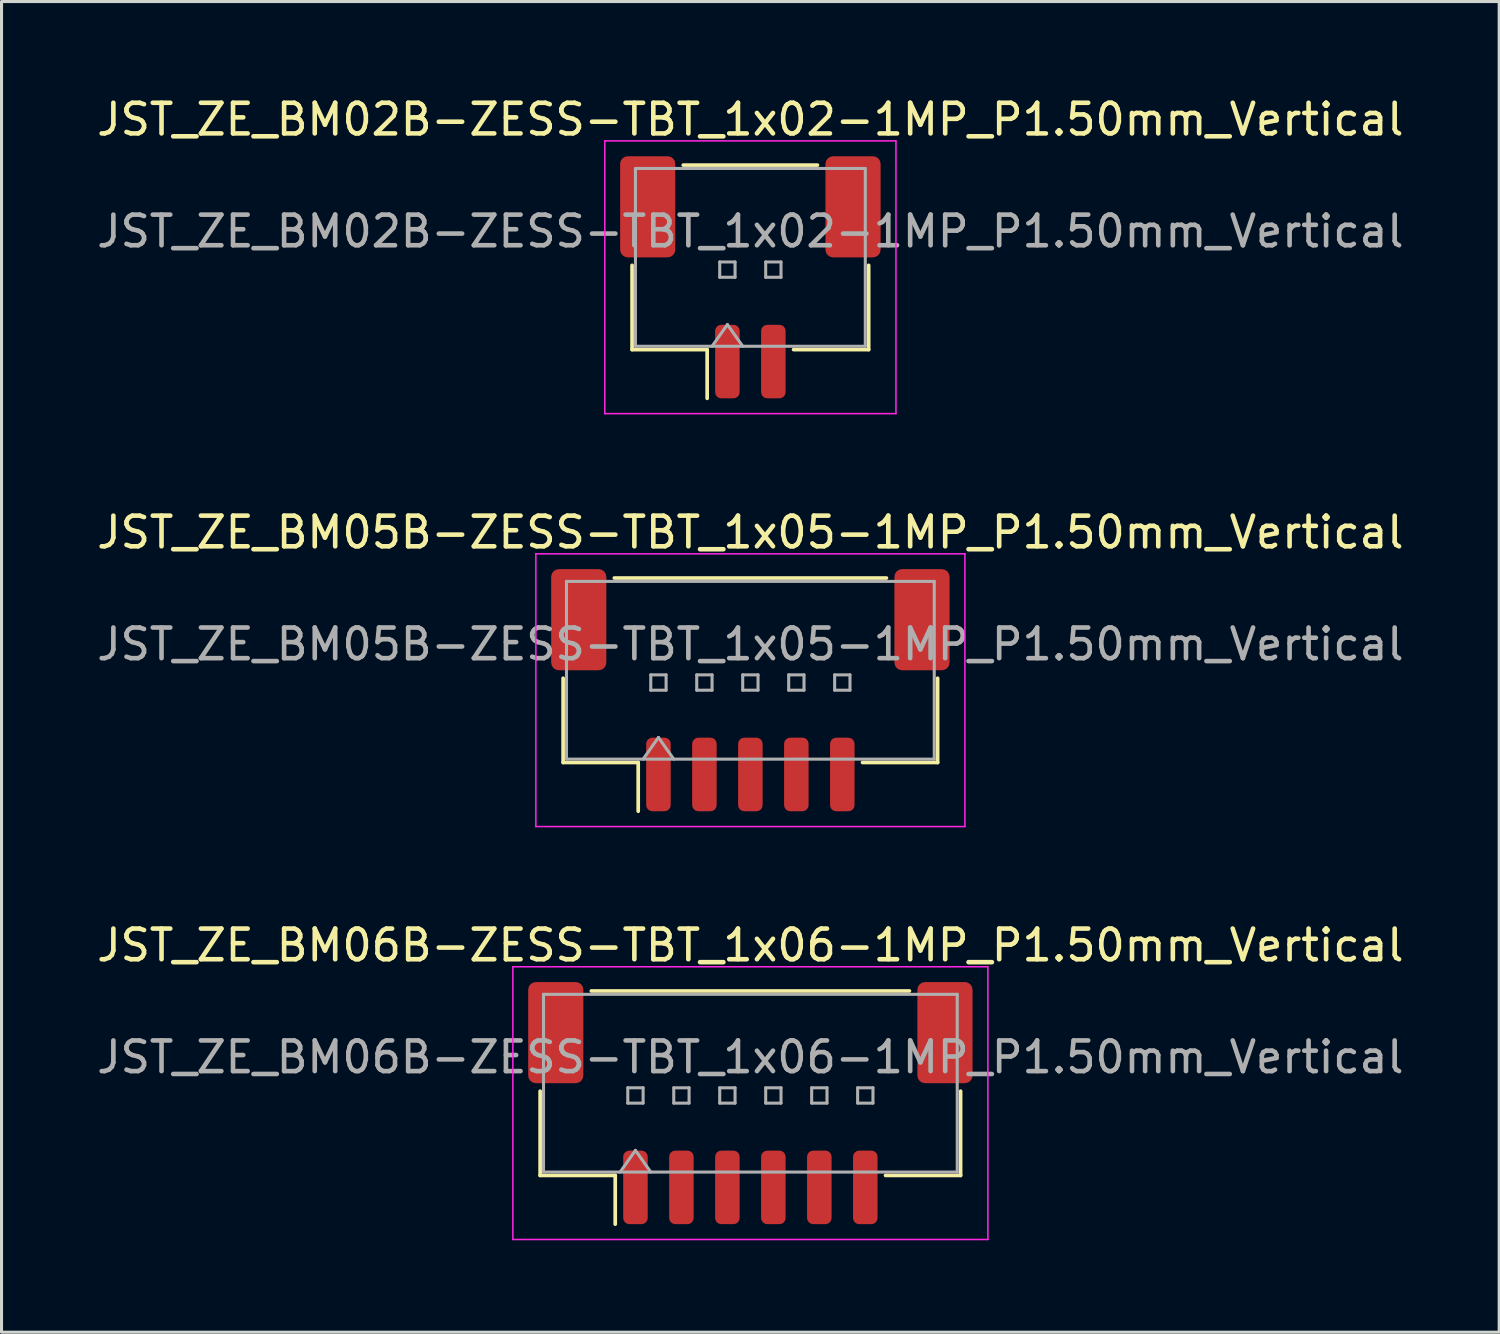
<source format=kicad_pcb>
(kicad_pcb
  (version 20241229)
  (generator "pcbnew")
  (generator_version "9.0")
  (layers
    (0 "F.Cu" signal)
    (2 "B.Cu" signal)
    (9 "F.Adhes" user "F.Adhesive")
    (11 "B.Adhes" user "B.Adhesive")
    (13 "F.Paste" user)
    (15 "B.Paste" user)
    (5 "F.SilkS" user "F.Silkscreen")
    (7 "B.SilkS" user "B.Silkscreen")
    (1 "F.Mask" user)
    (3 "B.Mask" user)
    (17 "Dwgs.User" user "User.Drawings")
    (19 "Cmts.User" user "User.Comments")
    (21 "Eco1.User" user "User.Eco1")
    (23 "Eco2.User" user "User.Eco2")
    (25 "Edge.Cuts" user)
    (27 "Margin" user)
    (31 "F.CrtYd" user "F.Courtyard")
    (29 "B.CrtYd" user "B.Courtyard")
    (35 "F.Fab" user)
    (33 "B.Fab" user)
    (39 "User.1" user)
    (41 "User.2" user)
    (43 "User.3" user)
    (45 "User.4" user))
  (footprint "JST_ZE_BM02B-ZESS-TBT_1x02-1MP_P1.50mm_Vertical"
    (layer "F.Cu")
    (at 21.435 5.998)
    (property "Reference" "JST_ZE_BM02B-ZESS-TBT_1x02-1MP_P1.50mm_Vertical" (at 0 -5.15 0) (layer "F.SilkS") (effects (font (size 1 1) (thickness 0.15))))
    (attr smd)
    (fp_line (start -3.86 -0.39) (end -3.86 2.36) (stroke (width 0.12) (type solid)) (layer "F.SilkS"))
    (fp_line (start -3.86 2.36) (end -1.41 2.36) (stroke (width 0.12) (type solid)) (layer "F.SilkS"))
    (fp_line (start -2.19 -3.66) (end 2.19 -3.66) (stroke (width 0.12) (type solid)) (layer "F.SilkS"))
    (fp_line (start -1.41 2.36) (end -1.41 3.95) (stroke (width 0.12) (type solid)) (layer "F.SilkS"))
    (fp_line (start 3.86 -0.39) (end 3.86 2.36) (stroke (width 0.12) (type solid)) (layer "F.SilkS"))
    (fp_line (start 3.86 2.36) (end 1.41 2.36) (stroke (width 0.12) (type solid)) (layer "F.SilkS"))
    (fp_line (start -4.75 -4.45) (end -4.75 4.45) (stroke (width 0.05) (type solid)) (layer "F.CrtYd"))
    (fp_line (start -4.75 4.45) (end 4.75 4.45) (stroke (width 0.05) (type solid)) (layer "F.CrtYd"))
    (fp_line (start 4.75 -4.45) (end -4.75 -4.45) (stroke (width 0.05) (type solid)) (layer "F.CrtYd"))
    (fp_line (start 4.75 4.45) (end 4.75 -4.45) (stroke (width 0.05) (type solid)) (layer "F.CrtYd"))
    (fp_line (start -3.75 -3.55) (end 3.75 -3.55) (stroke (width 0.1) (type solid)) (layer "F.Fab"))
    (fp_line (start -3.75 2.25) (end -3.75 -3.55) (stroke (width 0.1) (type solid)) (layer "F.Fab"))
    (fp_line (start -3.75 2.25) (end 3.75 2.25) (stroke (width 0.1) (type solid)) (layer "F.Fab"))
    (fp_line (start -1.25 2.25) (end -0.75 1.543) (stroke (width 0.1) (type solid)) (layer "F.Fab"))
    (fp_line (start -1 -0.5) (end -1 0) (stroke (width 0.1) (type solid)) (layer "F.Fab"))
    (fp_line (start -1 0) (end -0.5 0) (stroke (width 0.1) (type solid)) (layer "F.Fab"))
    (fp_line (start -0.75 1.543) (end -0.25 2.25) (stroke (width 0.1) (type solid)) (layer "F.Fab"))
    (fp_line (start -0.5 -0.5) (end -1 -0.5) (stroke (width 0.1) (type solid)) (layer "F.Fab"))
    (fp_line (start -0.5 0) (end -0.5 -0.5) (stroke (width 0.1) (type solid)) (layer "F.Fab"))
    (fp_line (start 0.5 -0.5) (end 0.5 0) (stroke (width 0.1) (type solid)) (layer "F.Fab"))
    (fp_line (start 0.5 0) (end 1 0) (stroke (width 0.1) (type solid)) (layer "F.Fab"))
    (fp_line (start 1 -0.5) (end 0.5 -0.5) (stroke (width 0.1) (type solid)) (layer "F.Fab"))
    (fp_line (start 1 0) (end 1 -0.5) (stroke (width 0.1) (type solid)) (layer "F.Fab"))
    (fp_line (start 3.75 2.25) (end 3.75 -3.55) (stroke (width 0.1) (type solid)) (layer "F.Fab"))
    (fp_text user "${REFERENCE}" (at 0 -1.5 0) (layer "F.Fab") (effects (font (size 1 1) (thickness 0.15))))
    (pad "1" smd roundrect (at -0.75 2.75) (size 0.8 2.4) (layers "F.Cu" "F.Mask" "F.Paste") (roundrect_rratio 0.25))
    (pad "2" smd roundrect (at 0.75 2.75) (size 0.8 2.4) (layers "F.Cu" "F.Mask" "F.Paste") (roundrect_rratio 0.25))
    (pad "MP" smd roundrect (at -3.35 -2.3) (size 1.8 3.3) (layers "F.Cu" "F.Mask" "F.Paste") (roundrect_rratio 0.139))
    (pad "MP" smd roundrect (at 3.35 -2.3) (size 1.8 3.3) (layers "F.Cu" "F.Mask" "F.Paste") (roundrect_rratio 0.139)))
  (footprint "JST_ZE_BM06B-ZESS-TBT_1x06-1MP_P1.50mm_Vertical"
    (layer "F.Cu")
    (at 21.435 32.945)
    (property "Reference" "JST_ZE_BM06B-ZESS-TBT_1x06-1MP_P1.50mm_Vertical" (at 0 -5.15 0) (layer "F.SilkS") (effects (font (size 1 1) (thickness 0.15))))
    (attr smd)
    (fp_line (start -6.86 -0.39) (end -6.86 2.36) (stroke (width 0.12) (type solid)) (layer "F.SilkS"))
    (fp_line (start -6.86 2.36) (end -4.41 2.36) (stroke (width 0.12) (type solid)) (layer "F.SilkS"))
    (fp_line (start -5.19 -3.66) (end 5.19 -3.66) (stroke (width 0.12) (type solid)) (layer "F.SilkS"))
    (fp_line (start -4.41 2.36) (end -4.41 3.95) (stroke (width 0.12) (type solid)) (layer "F.SilkS"))
    (fp_line (start 6.86 -0.39) (end 6.86 2.36) (stroke (width 0.12) (type solid)) (layer "F.SilkS"))
    (fp_line (start 6.86 2.36) (end 4.41 2.36) (stroke (width 0.12) (type solid)) (layer "F.SilkS"))
    (fp_line (start -7.75 -4.45) (end -7.75 4.45) (stroke (width 0.05) (type solid)) (layer "F.CrtYd"))
    (fp_line (start -7.75 4.45) (end 7.75 4.45) (stroke (width 0.05) (type solid)) (layer "F.CrtYd"))
    (fp_line (start 7.75 -4.45) (end -7.75 -4.45) (stroke (width 0.05) (type solid)) (layer "F.CrtYd"))
    (fp_line (start 7.75 4.45) (end 7.75 -4.45) (stroke (width 0.05) (type solid)) (layer "F.CrtYd"))
    (fp_line (start -6.75 -3.55) (end 6.75 -3.55) (stroke (width 0.1) (type solid)) (layer "F.Fab"))
    (fp_line (start -6.75 2.25) (end -6.75 -3.55) (stroke (width 0.1) (type solid)) (layer "F.Fab"))
    (fp_line (start -6.75 2.25) (end 6.75 2.25) (stroke (width 0.1) (type solid)) (layer "F.Fab"))
    (fp_line (start -4.25 2.25) (end -3.75 1.543) (stroke (width 0.1) (type solid)) (layer "F.Fab"))
    (fp_line (start -4 -0.5) (end -4 0) (stroke (width 0.1) (type solid)) (layer "F.Fab"))
    (fp_line (start -4 0) (end -3.5 0) (stroke (width 0.1) (type solid)) (layer "F.Fab"))
    (fp_line (start -3.75 1.543) (end -3.25 2.25) (stroke (width 0.1) (type solid)) (layer "F.Fab"))
    (fp_line (start -3.5 -0.5) (end -4 -0.5) (stroke (width 0.1) (type solid)) (layer "F.Fab"))
    (fp_line (start -3.5 0) (end -3.5 -0.5) (stroke (width 0.1) (type solid)) (layer "F.Fab"))
    (fp_line (start -2.5 -0.5) (end -2.5 0) (stroke (width 0.1) (type solid)) (layer "F.Fab"))
    (fp_line (start -2.5 0) (end -2 0) (stroke (width 0.1) (type solid)) (layer "F.Fab"))
    (fp_line (start -2 -0.5) (end -2.5 -0.5) (stroke (width 0.1) (type solid)) (layer "F.Fab"))
    (fp_line (start -2 0) (end -2 -0.5) (stroke (width 0.1) (type solid)) (layer "F.Fab"))
    (fp_line (start -1 -0.5) (end -1 0) (stroke (width 0.1) (type solid)) (layer "F.Fab"))
    (fp_line (start -1 0) (end -0.5 0) (stroke (width 0.1) (type solid)) (layer "F.Fab"))
    (fp_line (start -0.5 -0.5) (end -1 -0.5) (stroke (width 0.1) (type solid)) (layer "F.Fab"))
    (fp_line (start -0.5 0) (end -0.5 -0.5) (stroke (width 0.1) (type solid)) (layer "F.Fab"))
    (fp_line (start 0.5 -0.5) (end 0.5 0) (stroke (width 0.1) (type solid)) (layer "F.Fab"))
    (fp_line (start 0.5 0) (end 1 0) (stroke (width 0.1) (type solid)) (layer "F.Fab"))
    (fp_line (start 1 -0.5) (end 0.5 -0.5) (stroke (width 0.1) (type solid)) (layer "F.Fab"))
    (fp_line (start 1 0) (end 1 -0.5) (stroke (width 0.1) (type solid)) (layer "F.Fab"))
    (fp_line (start 2 -0.5) (end 2 0) (stroke (width 0.1) (type solid)) (layer "F.Fab"))
    (fp_line (start 2 0) (end 2.5 0) (stroke (width 0.1) (type solid)) (layer "F.Fab"))
    (fp_line (start 2.5 -0.5) (end 2 -0.5) (stroke (width 0.1) (type solid)) (layer "F.Fab"))
    (fp_line (start 2.5 0) (end 2.5 -0.5) (stroke (width 0.1) (type solid)) (layer "F.Fab"))
    (fp_line (start 3.5 -0.5) (end 3.5 0) (stroke (width 0.1) (type solid)) (layer "F.Fab"))
    (fp_line (start 3.5 0) (end 4 0) (stroke (width 0.1) (type solid)) (layer "F.Fab"))
    (fp_line (start 4 -0.5) (end 3.5 -0.5) (stroke (width 0.1) (type solid)) (layer "F.Fab"))
    (fp_line (start 4 0) (end 4 -0.5) (stroke (width 0.1) (type solid)) (layer "F.Fab"))
    (fp_line (start 6.75 2.25) (end 6.75 -3.55) (stroke (width 0.1) (type solid)) (layer "F.Fab"))
    (fp_text user "${REFERENCE}" (at 0 -1.5 0) (layer "F.Fab") (effects (font (size 1 1) (thickness 0.15))))
    (pad "1" smd roundrect (at -3.75 2.75) (size 0.8 2.4) (layers "F.Cu" "F.Mask" "F.Paste") (roundrect_rratio 0.25))
    (pad "2" smd roundrect (at -2.25 2.75) (size 0.8 2.4) (layers "F.Cu" "F.Mask" "F.Paste") (roundrect_rratio 0.25))
    (pad "3" smd roundrect (at -0.75 2.75) (size 0.8 2.4) (layers "F.Cu" "F.Mask" "F.Paste") (roundrect_rratio 0.25))
    (pad "4" smd roundrect (at 0.75 2.75) (size 0.8 2.4) (layers "F.Cu" "F.Mask" "F.Paste") (roundrect_rratio 0.25))
    (pad "5" smd roundrect (at 2.25 2.75) (size 0.8 2.4) (layers "F.Cu" "F.Mask" "F.Paste") (roundrect_rratio 0.25))
    (pad "6" smd roundrect (at 3.75 2.75) (size 0.8 2.4) (layers "F.Cu" "F.Mask" "F.Paste") (roundrect_rratio 0.25))
    (pad "MP" smd roundrect (at -6.35 -2.3) (size 1.8 3.3) (layers "F.Cu" "F.Mask" "F.Paste") (roundrect_rratio 0.139))
    (pad "MP" smd roundrect (at 6.35 -2.3) (size 1.8 3.3) (layers "F.Cu" "F.Mask" "F.Paste") (roundrect_rratio 0.139)))
  (footprint "JST_ZE_BM05B-ZESS-TBT_1x05-1MP_P1.50mm_Vertical"
    (layer "F.Cu")
    (at 21.435 19.471)
    (property "Reference" "JST_ZE_BM05B-ZESS-TBT_1x05-1MP_P1.50mm_Vertical" (at 0 -5.15 0) (layer "F.SilkS") (effects (font (size 1 1) (thickness 0.15))))
    (attr smd)
    (fp_line (start -6.11 -0.39) (end -6.11 2.36) (stroke (width 0.12) (type solid)) (layer "F.SilkS"))
    (fp_line (start -6.11 2.36) (end -3.66 2.36) (stroke (width 0.12) (type solid)) (layer "F.SilkS"))
    (fp_line (start -4.44 -3.66) (end 4.44 -3.66) (stroke (width 0.12) (type solid)) (layer "F.SilkS"))
    (fp_line (start -3.66 2.36) (end -3.66 3.95) (stroke (width 0.12) (type solid)) (layer "F.SilkS"))
    (fp_line (start 6.11 -0.39) (end 6.11 2.36) (stroke (width 0.12) (type solid)) (layer "F.SilkS"))
    (fp_line (start 6.11 2.36) (end 3.66 2.36) (stroke (width 0.12) (type solid)) (layer "F.SilkS"))
    (fp_line (start -7 -4.45) (end -7 4.45) (stroke (width 0.05) (type solid)) (layer "F.CrtYd"))
    (fp_line (start -7 4.45) (end 7 4.45) (stroke (width 0.05) (type solid)) (layer "F.CrtYd"))
    (fp_line (start 7 -4.45) (end -7 -4.45) (stroke (width 0.05) (type solid)) (layer "F.CrtYd"))
    (fp_line (start 7 4.45) (end 7 -4.45) (stroke (width 0.05) (type solid)) (layer "F.CrtYd"))
    (fp_line (start -6 -3.55) (end 6 -3.55) (stroke (width 0.1) (type solid)) (layer "F.Fab"))
    (fp_line (start -6 2.25) (end -6 -3.55) (stroke (width 0.1) (type solid)) (layer "F.Fab"))
    (fp_line (start -6 2.25) (end 6 2.25) (stroke (width 0.1) (type solid)) (layer "F.Fab"))
    (fp_line (start -3.5 2.25) (end -3 1.543) (stroke (width 0.1) (type solid)) (layer "F.Fab"))
    (fp_line (start -3.25 -0.5) (end -3.25 0) (stroke (width 0.1) (type solid)) (layer "F.Fab"))
    (fp_line (start -3.25 0) (end -2.75 0) (stroke (width 0.1) (type solid)) (layer "F.Fab"))
    (fp_line (start -3 1.543) (end -2.5 2.25) (stroke (width 0.1) (type solid)) (layer "F.Fab"))
    (fp_line (start -2.75 -0.5) (end -3.25 -0.5) (stroke (width 0.1) (type solid)) (layer "F.Fab"))
    (fp_line (start -2.75 0) (end -2.75 -0.5) (stroke (width 0.1) (type solid)) (layer "F.Fab"))
    (fp_line (start -1.75 -0.5) (end -1.75 0) (stroke (width 0.1) (type solid)) (layer "F.Fab"))
    (fp_line (start -1.75 0) (end -1.25 0) (stroke (width 0.1) (type solid)) (layer "F.Fab"))
    (fp_line (start -1.25 -0.5) (end -1.75 -0.5) (stroke (width 0.1) (type solid)) (layer "F.Fab"))
    (fp_line (start -1.25 0) (end -1.25 -0.5) (stroke (width 0.1) (type solid)) (layer "F.Fab"))
    (fp_line (start -0.25 -0.5) (end -0.25 0) (stroke (width 0.1) (type solid)) (layer "F.Fab"))
    (fp_line (start -0.25 0) (end 0.25 0) (stroke (width 0.1) (type solid)) (layer "F.Fab"))
    (fp_line (start 0.25 -0.5) (end -0.25 -0.5) (stroke (width 0.1) (type solid)) (layer "F.Fab"))
    (fp_line (start 0.25 0) (end 0.25 -0.5) (stroke (width 0.1) (type solid)) (layer "F.Fab"))
    (fp_line (start 1.25 -0.5) (end 1.25 0) (stroke (width 0.1) (type solid)) (layer "F.Fab"))
    (fp_line (start 1.25 0) (end 1.75 0) (stroke (width 0.1) (type solid)) (layer "F.Fab"))
    (fp_line (start 1.75 -0.5) (end 1.25 -0.5) (stroke (width 0.1) (type solid)) (layer "F.Fab"))
    (fp_line (start 1.75 0) (end 1.75 -0.5) (stroke (width 0.1) (type solid)) (layer "F.Fab"))
    (fp_line (start 2.75 -0.5) (end 2.75 0) (stroke (width 0.1) (type solid)) (layer "F.Fab"))
    (fp_line (start 2.75 0) (end 3.25 0) (stroke (width 0.1) (type solid)) (layer "F.Fab"))
    (fp_line (start 3.25 -0.5) (end 2.75 -0.5) (stroke (width 0.1) (type solid)) (layer "F.Fab"))
    (fp_line (start 3.25 0) (end 3.25 -0.5) (stroke (width 0.1) (type solid)) (layer "F.Fab"))
    (fp_line (start 6 2.25) (end 6 -3.55) (stroke (width 0.1) (type solid)) (layer "F.Fab"))
    (fp_text user "${REFERENCE}" (at 0 -1.5 0) (layer "F.Fab") (effects (font (size 1 1) (thickness 0.15))))
    (pad "1" smd roundrect (at -3 2.75) (size 0.8 2.4) (layers "F.Cu" "F.Mask" "F.Paste") (roundrect_rratio 0.25))
    (pad "2" smd roundrect (at -1.5 2.75) (size 0.8 2.4) (layers "F.Cu" "F.Mask" "F.Paste") (roundrect_rratio 0.25))
    (pad "3" smd roundrect (at 0 2.75) (size 0.8 2.4) (layers "F.Cu" "F.Mask" "F.Paste") (roundrect_rratio 0.25))
    (pad "4" smd roundrect (at 1.5 2.75) (size 0.8 2.4) (layers "F.Cu" "F.Mask" "F.Paste") (roundrect_rratio 0.25))
    (pad "5" smd roundrect (at 3 2.75) (size 0.8 2.4) (layers "F.Cu" "F.Mask" "F.Paste") (roundrect_rratio 0.25))
    (pad "MP" smd roundrect (at -5.6 -2.3) (size 1.8 3.3) (layers "F.Cu" "F.Mask" "F.Paste") (roundrect_rratio 0.139))
    (pad "MP" smd roundrect (at 5.6 -2.3) (size 1.8 3.3) (layers "F.Cu" "F.Mask" "F.Paste") (roundrect_rratio 0.139)))
  (gr_rect
    (start -3 -3)
    (end 45.869 40.42)
    (stroke (width 0.1) (type default))
    (fill no)
    (layer "Edge.Cuts")))
</source>
